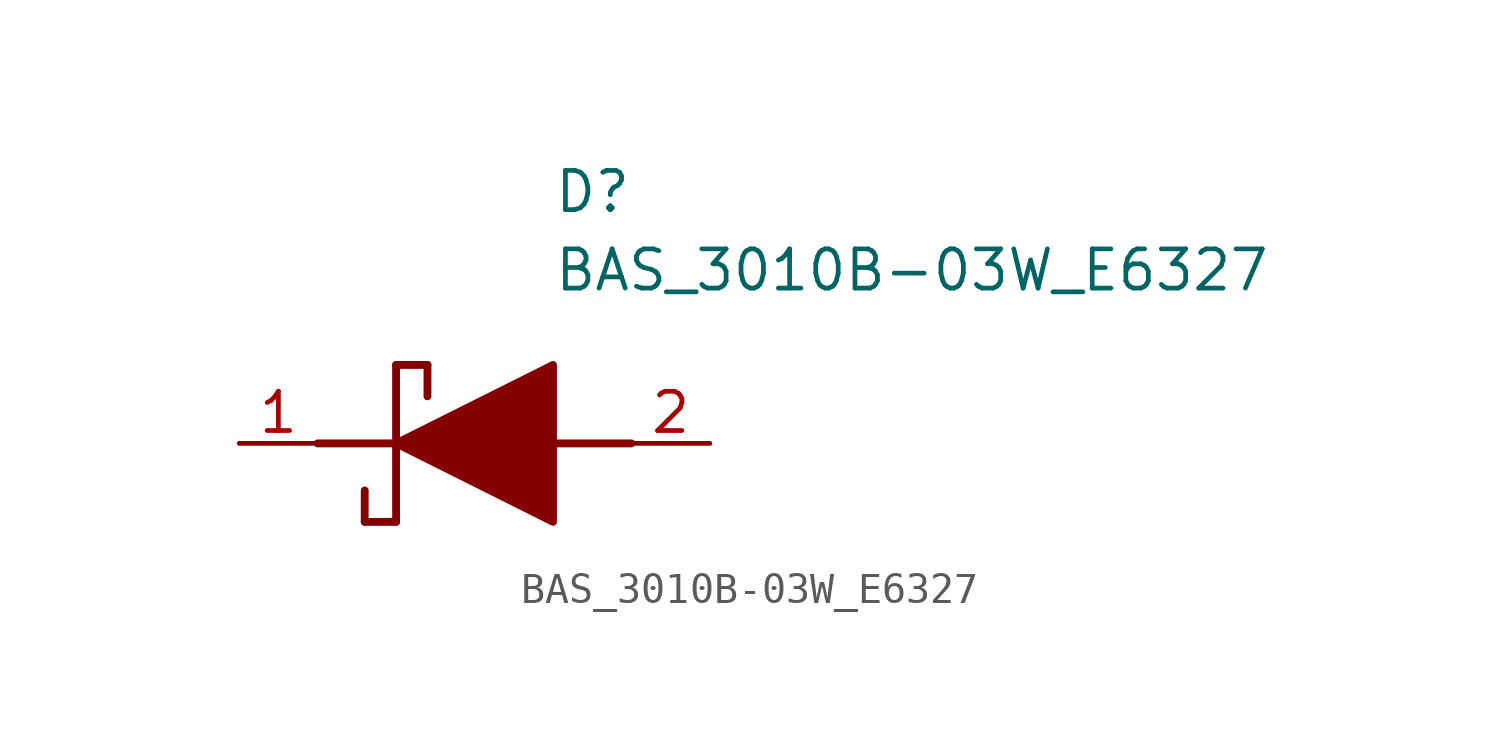
<source format=kicad_sym>
(kicad_symbol_lib
  (version 20211014)
  (generator SamacSys_ECAD_Model)
  (symbol "BAS_3010B-03W_E6327"
    (pin_names hide)
    (property "Reference" "D"
      (at 12.7 8.89 0)
      (effects (font (size 1.27 1.27)) (justify left top)))
    (property "Value" "BAS_3010B-03W_E6327"
      (at 12.7 6.35 0)
      (effects (font (size 1.27 1.27)) (justify left top)))
    (polyline
      (pts (xy 7.62 2.54) (xy 7.62 -2.54))
      (stroke (width 0.254) (type default))
      (fill (type none)))
    (polyline
      (pts (xy 7.62 2.54) (xy 8.636 2.54))
      (stroke (width 0.254) (type default))
      (fill (type none)))
    (polyline
      (pts (xy 8.636 1.524) (xy 8.636 2.54))
      (stroke (width 0.254) (type default))
      (fill (type none)))
    (polyline
      (pts (xy 7.62 -2.54) (xy 6.604 -2.54))
      (stroke (width 0.254) (type default))
      (fill (type none)))
    (polyline
      (pts (xy 6.604 -1.524) (xy 6.604 -2.54))
      (stroke (width 0.254) (type default))
      (fill (type none)))
    (polyline
      (pts (xy 5.08 0) (xy 7.62 0))
      (stroke (width 0.254) (type default))
      (fill (type none)))
    (polyline
      (pts (xy 12.7 0) (xy 15.24 0))
      (stroke (width 0.254) (type default))
      (fill (type none)))
    (polyline
      (pts (xy 7.62 0) (xy 12.7 2.54) (xy 12.7 -2.54) (xy 7.62 0))
      (stroke (width 0.254) (type default))
      (fill (type outline)))
    (pin passive line
      (at 2.54 0 0)
      (length 2.54)
      (name "K" (effects (font (size 1.27 1.27))))
      (number "1" (effects (font (size 1.27 1.27)))))
    (pin passive line
      (at 17.78 0 180)
      (length 2.54)
      (name "A" (effects (font (size 1.27 1.27))))
      (number "2" (effects (font (size 1.27 1.27)))))))
</source>
